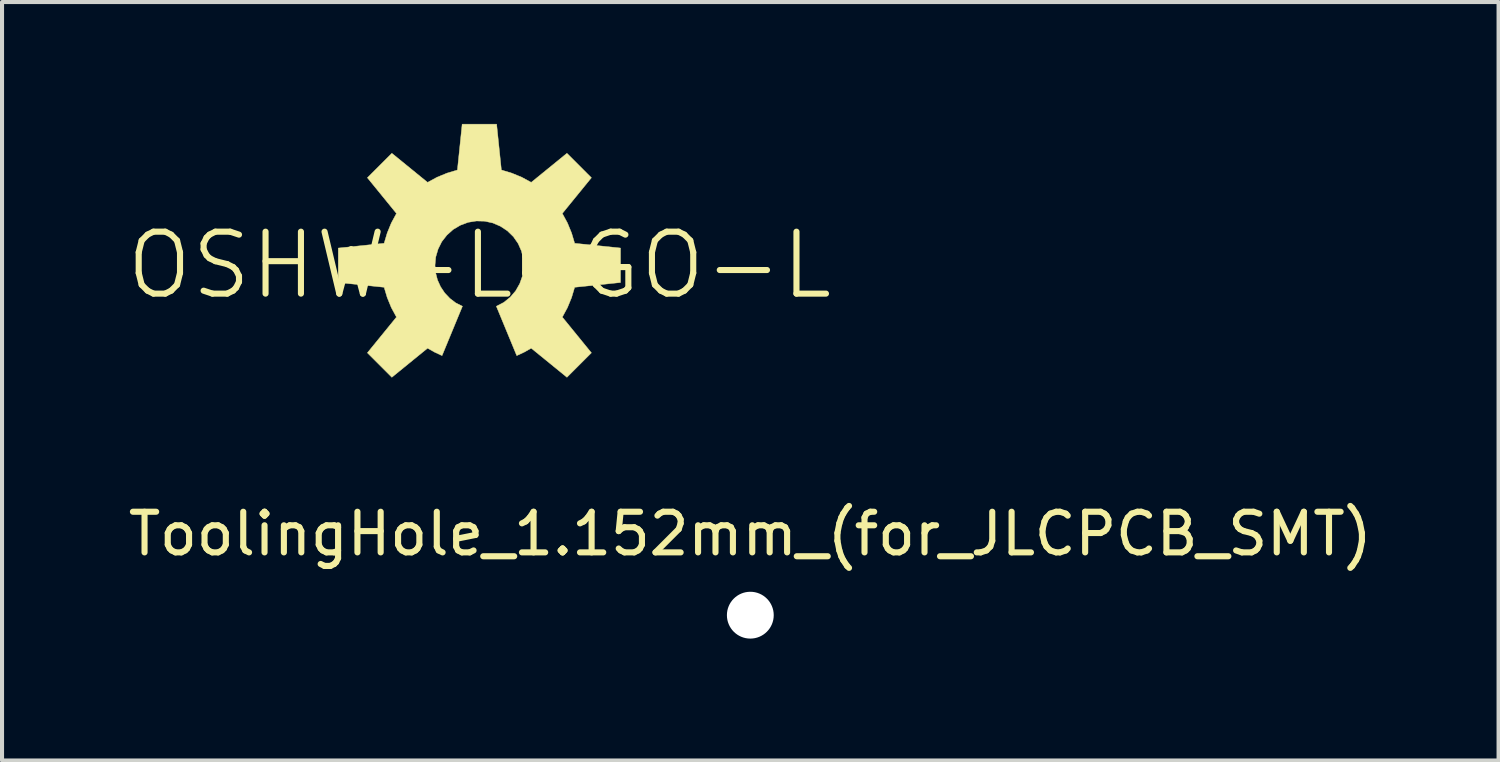
<source format=kicad_pcb>
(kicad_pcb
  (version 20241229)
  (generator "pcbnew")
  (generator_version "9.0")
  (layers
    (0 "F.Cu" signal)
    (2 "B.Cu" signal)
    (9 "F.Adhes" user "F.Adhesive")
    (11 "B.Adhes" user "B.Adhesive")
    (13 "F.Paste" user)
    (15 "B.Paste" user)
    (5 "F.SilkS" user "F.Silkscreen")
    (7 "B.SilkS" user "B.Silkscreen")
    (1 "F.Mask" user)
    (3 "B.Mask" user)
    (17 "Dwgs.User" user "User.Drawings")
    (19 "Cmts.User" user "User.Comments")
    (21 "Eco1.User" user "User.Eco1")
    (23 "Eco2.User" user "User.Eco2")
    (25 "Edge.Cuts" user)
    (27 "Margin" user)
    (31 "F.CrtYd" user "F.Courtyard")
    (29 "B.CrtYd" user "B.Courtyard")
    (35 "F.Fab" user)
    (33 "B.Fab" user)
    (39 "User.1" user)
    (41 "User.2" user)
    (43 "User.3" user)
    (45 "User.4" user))
  (footprint "ToolingHole_1.152mm_(for_JLCPCB_SMT)"
    (layer "F.Cu")
    (at 15.411 12.086)
    (property "Reference" "ToolingHole_1.152mm_(for_JLCPCB_SMT)" (at 0 -2 0) (unlocked yes) (layer "F.SilkS") (effects (font (size 1 1) (thickness 0.15))))
    (attr through_hole)
    (pad "" np_thru_hole circle (at 0 0) (size 1.152 1.152) (drill 1.152) (layers "*.Cu" "*.Mask")))
  (footprint "OSHW-LOGO-L"
    (layer "F.Cu")
    (at 8.745 3.477)
    (property "Reference" "OSHW-LOGO-L" (at 0 0 0) (layer "F.SilkS") (effects (font (size 1.524 1.524) (thickness 0.15))))
    (attr exclude_from_pos_files exclude_from_bom)
    (fp_poly (pts (xy 0.919 2.223) (xy 1.1 2.139) (xy 1.275 2.04) (xy 2.154 2.756) (xy 2.756 2.154) (xy 2.04 1.275) (xy 2.167 1.041) (xy 2.268 0.795) (xy 2.344 0.541) (xy 3.472 0.424) (xy 3.472 -0.424) (xy 2.344 -0.541) (xy 2.268 -0.795) (xy 2.167 -1.041) (xy 2.04 -1.275) (xy 2.756 -2.154) (xy 2.154 -2.756) (xy 1.275 -2.04) (xy 1.041 -2.167) (xy 0.795 -2.268) (xy 0.541 -2.344) (xy 0.424 -3.472) (xy -0.424 -3.472) (xy -0.541 -2.344) (xy -0.795 -2.268) (xy -1.041 -2.167) (xy -1.275 -2.04) (xy -2.154 -2.756) (xy -2.756 -2.154) (xy -2.04 -1.275) (xy -2.167 -1.041) (xy -2.268 -0.795) (xy -2.344 -0.541) (xy -3.472 -0.424) (xy -3.472 0.424) (xy -2.344 0.541) (xy -2.268 0.795) (xy -2.167 1.041) (xy -2.04 1.275) (xy -2.756 2.154) (xy -2.154 2.756) (xy -1.275 2.04) (xy -1.1 2.139) (xy -0.919 2.223) (xy -0.417 1.008) (xy -0.582 0.925) (xy -0.726 0.815) (xy -0.853 0.681) (xy -0.955 0.528) (xy -1.031 0.361) (xy -1.077 0.183) (xy -1.092 0) (xy -1.074 -0.203) (xy -1.016 -0.399) (xy -0.925 -0.582) (xy -0.798 -0.744) (xy -0.645 -0.881) (xy -0.467 -0.986) (xy -0.277 -1.057) (xy -0.074 -1.09) (xy 0.13 -1.085) (xy 0.33 -1.041) (xy 0.518 -0.96) (xy 0.688 -0.848) (xy 0.836 -0.704) (xy 0.953 -0.536) (xy 1.036 -0.348) (xy 1.082 -0.147) (xy 1.092 0.056) (xy 1.062 0.257) (xy 0.993 0.452) (xy 0.892 0.63) (xy 0.759 0.785) (xy 0.599 0.914) (xy 0.417 1.008)) (stroke (width 0.01) (type solid)) (fill yes) (layer "F.SilkS")))
  (gr_rect
    (start -3 -3)
    (end 33.821 15.662)
    (stroke (width 0.1) (type default))
    (fill no)
    (layer "Edge.Cuts")))
</source>
